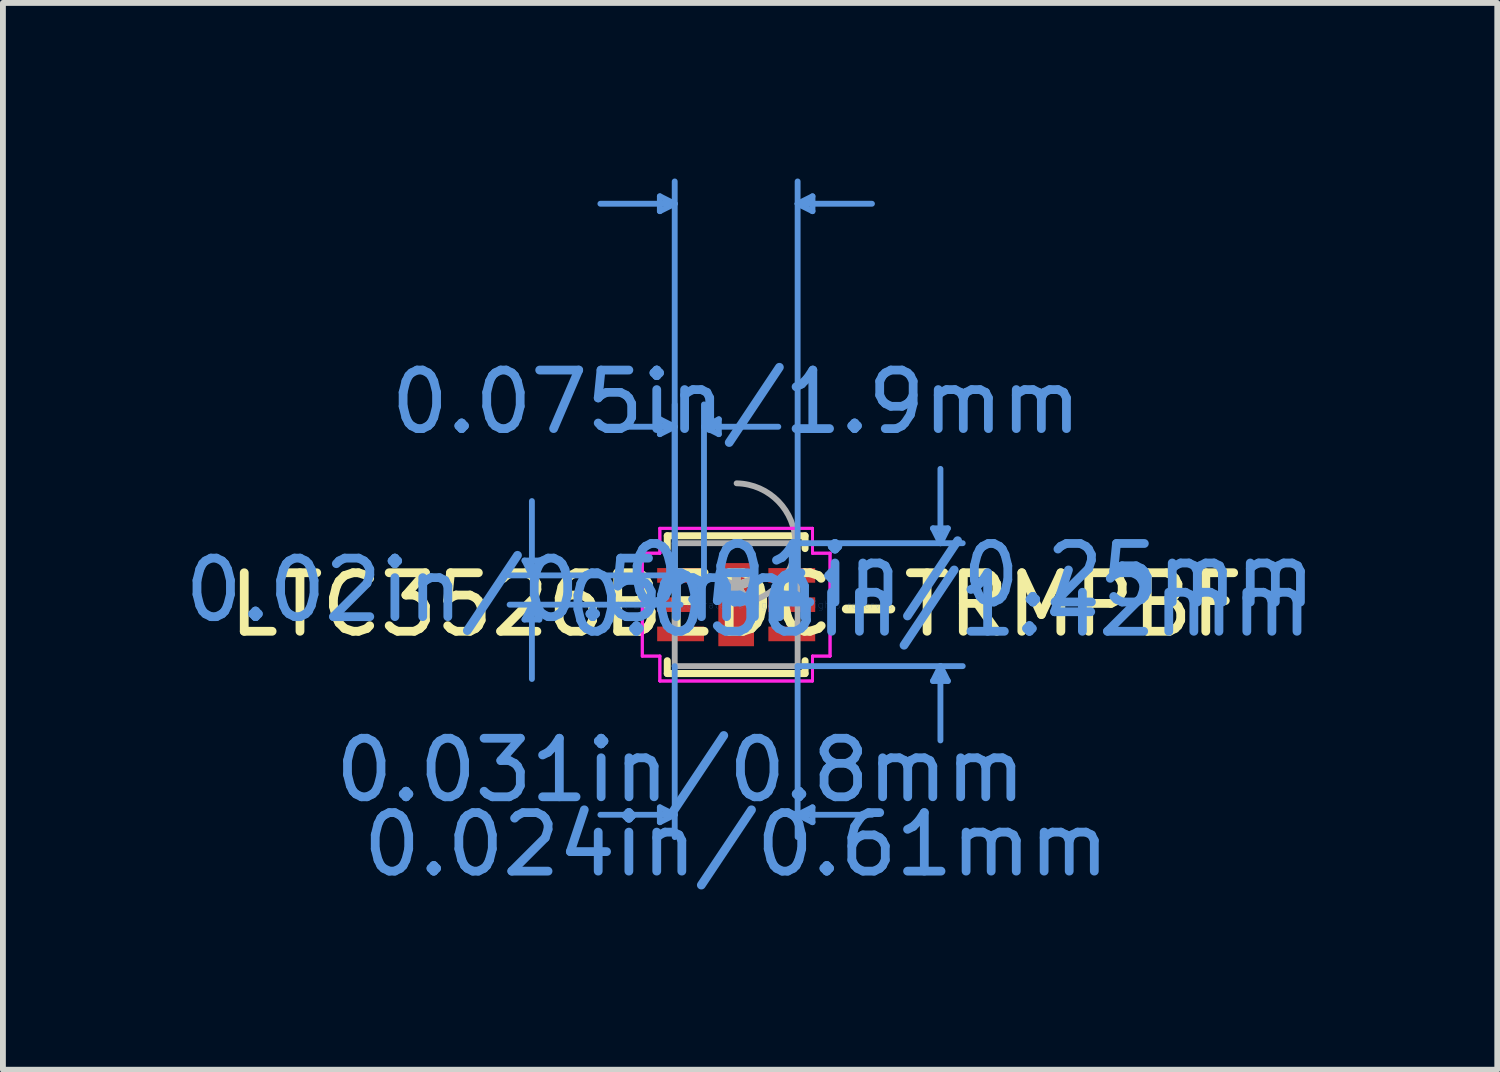
<source format=kicad_pcb>
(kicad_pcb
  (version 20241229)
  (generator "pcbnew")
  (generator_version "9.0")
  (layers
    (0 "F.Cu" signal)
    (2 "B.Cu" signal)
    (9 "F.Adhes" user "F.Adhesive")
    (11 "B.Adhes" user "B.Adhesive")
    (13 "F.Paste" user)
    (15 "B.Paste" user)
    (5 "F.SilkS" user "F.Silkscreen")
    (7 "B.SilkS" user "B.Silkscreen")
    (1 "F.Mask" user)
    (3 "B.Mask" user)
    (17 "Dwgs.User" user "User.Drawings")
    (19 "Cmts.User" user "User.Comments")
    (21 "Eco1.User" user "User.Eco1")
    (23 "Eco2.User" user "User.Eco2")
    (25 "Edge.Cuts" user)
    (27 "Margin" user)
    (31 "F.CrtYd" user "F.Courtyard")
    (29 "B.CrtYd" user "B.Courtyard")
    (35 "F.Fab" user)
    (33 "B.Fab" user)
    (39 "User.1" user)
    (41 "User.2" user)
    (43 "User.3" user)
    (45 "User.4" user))
  (footprint "LTC3526BEDC-TRMPBF"
    (layer "F.Cu")
    (at 9.528 7.281)
    (property "Reference" "LTC3526BEDC-TRMPBF" (at 0 0 0) (layer "F.SilkS") (effects (font (size 1 1) (thickness 0.15))))
    (attr through_hole)
    (fp_line (start -1.177 -1.177) (end -1.177 -0.958) (stroke (width 0.12) (type solid)) (layer "F.SilkS"))
    (fp_line (start -1.177 0.958) (end -1.177 1.177) (stroke (width 0.12) (type solid)) (layer "F.SilkS"))
    (fp_line (start -1.177 1.177) (end 1.177 1.177) (stroke (width 0.12) (type solid)) (layer "F.SilkS"))
    (fp_line (start 1.177 -1.177) (end -1.177 -1.177) (stroke (width 0.12) (type solid)) (layer "F.SilkS"))
    (fp_line (start 1.177 -0.958) (end 1.177 -1.177) (stroke (width 0.12) (type solid)) (layer "F.SilkS"))
    (fp_line (start 1.177 1.177) (end 1.177 0.958) (stroke (width 0.12) (type solid)) (layer "F.SilkS"))
    (fp_line (start -3.617 -0.754) (end -3.363 -0.754) (stroke (width 0.1) (type solid)) (layer "Cmts.User"))
    (fp_line (start -3.617 0.254) (end -3.363 0.254) (stroke (width 0.1) (type solid)) (layer "Cmts.User"))
    (fp_line (start -3.49 -0.5) (end -3.617 -0.754) (stroke (width 0.1) (type solid)) (layer "Cmts.User"))
    (fp_line (start -3.49 -0.5) (end -3.49 -1.77) (stroke (width 0.1) (type solid)) (layer "Cmts.User"))
    (fp_line (start -3.49 -0.5) (end -3.363 -0.754) (stroke (width 0.1) (type solid)) (layer "Cmts.User"))
    (fp_line (start -3.49 0) (end -3.617 0.254) (stroke (width 0.1) (type solid)) (layer "Cmts.User"))
    (fp_line (start -3.49 0) (end -3.49 1.27) (stroke (width 0.1) (type solid)) (layer "Cmts.User"))
    (fp_line (start -3.49 0) (end -3.363 0.254) (stroke (width 0.1) (type solid)) (layer "Cmts.User"))
    (fp_line (start -1.304 -6.977) (end -1.304 -6.723) (stroke (width 0.1) (type solid)) (layer "Cmts.User"))
    (fp_line (start -1.304 -3.167) (end -1.304 -2.913) (stroke (width 0.1) (type solid)) (layer "Cmts.User"))
    (fp_line (start -1.304 3.463) (end -1.304 3.717) (stroke (width 0.1) (type solid)) (layer "Cmts.User"))
    (fp_line (start -1.05 -6.85) (end -2.32 -6.85) (stroke (width 0.1) (type solid)) (layer "Cmts.User"))
    (fp_line (start -1.05 -6.85) (end -1.304 -6.977) (stroke (width 0.1) (type solid)) (layer "Cmts.User"))
    (fp_line (start -1.05 -6.85) (end -1.304 -6.723) (stroke (width 0.1) (type solid)) (layer "Cmts.User"))
    (fp_line (start -1.05 -3.04) (end -2.32 -3.04) (stroke (width 0.1) (type solid)) (layer "Cmts.User"))
    (fp_line (start -1.05 -3.04) (end -1.304 -3.167) (stroke (width 0.1) (type solid)) (layer "Cmts.User"))
    (fp_line (start -1.05 -3.04) (end -1.304 -2.913) (stroke (width 0.1) (type solid)) (layer "Cmts.User"))
    (fp_line (start -1.05 -0.5) (end -1.05 -7.231) (stroke (width 0.1) (type solid)) (layer "Cmts.User"))
    (fp_line (start -1.05 -0.5) (end -1.05 -3.421) (stroke (width 0.1) (type solid)) (layer "Cmts.User"))
    (fp_line (start -1.05 1.05) (end -1.05 3.971) (stroke (width 0.1) (type solid)) (layer "Cmts.User"))
    (fp_line (start -1.05 3.59) (end -2.32 3.59) (stroke (width 0.1) (type solid)) (layer "Cmts.User"))
    (fp_line (start -1.05 3.59) (end -1.304 3.463) (stroke (width 0.1) (type solid)) (layer "Cmts.User"))
    (fp_line (start -1.05 3.59) (end -1.304 3.717) (stroke (width 0.1) (type solid)) (layer "Cmts.User"))
    (fp_line (start -0.95 -0.5) (end -3.871 -0.5) (stroke (width 0.1) (type solid)) (layer "Cmts.User"))
    (fp_line (start -0.95 0) (end -3.871 0) (stroke (width 0.1) (type solid)) (layer "Cmts.User"))
    (fp_line (start -0.55 -3.04) (end -0.296 -3.167) (stroke (width 0.1) (type solid)) (layer "Cmts.User"))
    (fp_line (start -0.55 -3.04) (end -0.296 -2.913) (stroke (width 0.1) (type solid)) (layer "Cmts.User"))
    (fp_line (start -0.55 -3.04) (end 0.72 -3.04) (stroke (width 0.1) (type solid)) (layer "Cmts.User"))
    (fp_line (start -0.55 -0.5) (end -0.55 -3.421) (stroke (width 0.1) (type solid)) (layer "Cmts.User"))
    (fp_line (start -0.296 -3.167) (end -0.296 -2.913) (stroke (width 0.1) (type solid)) (layer "Cmts.User"))
    (fp_line (start 1.05 -6.85) (end 1.304 -6.977) (stroke (width 0.1) (type solid)) (layer "Cmts.User"))
    (fp_line (start 1.05 -6.85) (end 1.304 -6.723) (stroke (width 0.1) (type solid)) (layer "Cmts.User"))
    (fp_line (start 1.05 -6.85) (end 2.32 -6.85) (stroke (width 0.1) (type solid)) (layer "Cmts.User"))
    (fp_line (start 1.05 -1.05) (end 3.871 -1.05) (stroke (width 0.1) (type solid)) (layer "Cmts.User"))
    (fp_line (start 1.05 -0.5) (end 1.05 -7.231) (stroke (width 0.1) (type solid)) (layer "Cmts.User"))
    (fp_line (start 1.05 1.05) (end 1.05 3.971) (stroke (width 0.1) (type solid)) (layer "Cmts.User"))
    (fp_line (start 1.05 1.05) (end 3.871 1.05) (stroke (width 0.1) (type solid)) (layer "Cmts.User"))
    (fp_line (start 1.05 3.59) (end 1.304 3.463) (stroke (width 0.1) (type solid)) (layer "Cmts.User"))
    (fp_line (start 1.05 3.59) (end 1.304 3.717) (stroke (width 0.1) (type solid)) (layer "Cmts.User"))
    (fp_line (start 1.05 3.59) (end 2.32 3.59) (stroke (width 0.1) (type solid)) (layer "Cmts.User"))
    (fp_line (start 1.304 -6.977) (end 1.304 -6.723) (stroke (width 0.1) (type solid)) (layer "Cmts.User"))
    (fp_line (start 1.304 3.463) (end 1.304 3.717) (stroke (width 0.1) (type solid)) (layer "Cmts.User"))
    (fp_line (start 3.363 -1.304) (end 3.617 -1.304) (stroke (width 0.1) (type solid)) (layer "Cmts.User"))
    (fp_line (start 3.363 1.304) (end 3.617 1.304) (stroke (width 0.1) (type solid)) (layer "Cmts.User"))
    (fp_line (start 3.49 -1.05) (end 3.363 -1.304) (stroke (width 0.1) (type solid)) (layer "Cmts.User"))
    (fp_line (start 3.49 -1.05) (end 3.49 -2.32) (stroke (width 0.1) (type solid)) (layer "Cmts.User"))
    (fp_line (start 3.49 -1.05) (end 3.617 -1.304) (stroke (width 0.1) (type solid)) (layer "Cmts.User"))
    (fp_line (start 3.49 1.05) (end 3.363 1.304) (stroke (width 0.1) (type solid)) (layer "Cmts.User"))
    (fp_line (start 3.49 1.05) (end 3.49 2.32) (stroke (width 0.1) (type solid)) (layer "Cmts.User"))
    (fp_line (start 3.49 1.05) (end 3.617 1.304) (stroke (width 0.1) (type solid)) (layer "Cmts.User"))
    (fp_line (start -1.604 -0.879) (end -1.304 -0.879) (stroke (width 0.05) (type solid)) (layer "F.CrtYd"))
    (fp_line (start -1.604 -0.879) (end -1.304 -0.879) (stroke (width 0.05) (type solid)) (layer "F.CrtYd"))
    (fp_line (start -1.604 0.879) (end -1.604 -0.879) (stroke (width 0.05) (type solid)) (layer "F.CrtYd"))
    (fp_line (start -1.604 0.879) (end -1.604 -0.879) (stroke (width 0.05) (type solid)) (layer "F.CrtYd"))
    (fp_line (start -1.604 0.879) (end -1.304 0.879) (stroke (width 0.05) (type solid)) (layer "F.CrtYd"))
    (fp_line (start -1.304 -1.304) (end 1.304 -1.304) (stroke (width 0.05) (type solid)) (layer "F.CrtYd"))
    (fp_line (start -1.304 -1.304) (end 1.304 -1.304) (stroke (width 0.05) (type solid)) (layer "F.CrtYd"))
    (fp_line (start -1.304 -0.879) (end -1.304 -1.304) (stroke (width 0.05) (type solid)) (layer "F.CrtYd"))
    (fp_line (start -1.304 -0.879) (end -1.304 -1.304) (stroke (width 0.05) (type solid)) (layer "F.CrtYd"))
    (fp_line (start -1.304 0.879) (end -1.604 0.879) (stroke (width 0.05) (type solid)) (layer "F.CrtYd"))
    (fp_line (start -1.304 1.304) (end -1.304 0.879) (stroke (width 0.05) (type solid)) (layer "F.CrtYd"))
    (fp_line (start -1.304 1.304) (end -1.304 0.879) (stroke (width 0.05) (type solid)) (layer "F.CrtYd"))
    (fp_line (start 1.304 -1.304) (end 1.304 -0.879) (stroke (width 0.05) (type solid)) (layer "F.CrtYd"))
    (fp_line (start 1.304 -1.304) (end 1.304 -0.879) (stroke (width 0.05) (type solid)) (layer "F.CrtYd"))
    (fp_line (start 1.304 -0.879) (end 1.604 -0.879) (stroke (width 0.05) (type solid)) (layer "F.CrtYd"))
    (fp_line (start 1.304 0.879) (end 1.304 1.304) (stroke (width 0.05) (type solid)) (layer "F.CrtYd"))
    (fp_line (start 1.304 0.879) (end 1.304 1.304) (stroke (width 0.05) (type solid)) (layer "F.CrtYd"))
    (fp_line (start 1.304 1.304) (end -1.304 1.304) (stroke (width 0.05) (type solid)) (layer "F.CrtYd"))
    (fp_line (start 1.304 1.304) (end -1.304 1.304) (stroke (width 0.05) (type solid)) (layer "F.CrtYd"))
    (fp_line (start 1.604 -0.879) (end 1.304 -0.879) (stroke (width 0.05) (type solid)) (layer "F.CrtYd"))
    (fp_line (start 1.604 -0.879) (end 1.604 0.879) (stroke (width 0.05) (type solid)) (layer "F.CrtYd"))
    (fp_line (start 1.604 -0.879) (end 1.604 0.879) (stroke (width 0.05) (type solid)) (layer "F.CrtYd"))
    (fp_line (start 1.604 0.879) (end 1.304 0.879) (stroke (width 0.05) (type solid)) (layer "F.CrtYd"))
    (fp_line (start 1.604 0.879) (end 1.304 0.879) (stroke (width 0.05) (type solid)) (layer "F.CrtYd"))
    (fp_line (start -1.05 -1.05) (end -1.05 1.05) (stroke (width 0.1) (type solid)) (layer "F.Fab"))
    (fp_line (start -1.05 1.05) (end 1.05 1.05) (stroke (width 0.1) (type solid)) (layer "F.Fab"))
    (fp_line (start 1.05 -1.05) (end -1.05 -1.05) (stroke (width 0.1) (type solid)) (layer "F.Fab"))
    (fp_line (start 1.05 1.05) (end 1.05 -1.05) (stroke (width 0.1) (type solid)) (layer "F.Fab"))
    (fp_arc (start 0.007742 -2.07333) (mid 1.02333 -1.042258) (end -0.007742 -0.02667) (stroke (width 0.1) (type solid)) (layer "F.Fab"))
    (fp_text user "*" (at 0 0 0) (layer "F.SilkS") (effects (font (size 1 1) (thickness 0.15))))
    (fp_text user "0.031in/0.8mm" (at -0.95 2.828 0) (layer "Cmts.User") (effects (font (size 1 1) (thickness 0.15))))
    (fp_text user "Copyright 2021 Accelerated Designs. All rights reserved." (at 0 0 0) (layer "Cmts.User") (effects (font (size 0.127 0.127) (thickness 0.002))))
    (fp_text user "0.075in/1.9mm" (at 0 -3.463 0) (layer "Cmts.User") (effects (font (size 1 1) (thickness 0.15))))
    (fp_text user "0.024in/0.61mm" (at 0 4.098 0) (layer "Cmts.User") (effects (font (size 1 1) (thickness 0.15))))
    (fp_text user "0.02in/0.5mm" (at -3.998 -0.25 0) (layer "Cmts.User") (effects (font (size 1 1) (thickness 0.15))))
    (fp_text user "0.056in/1.42mm" (at 3.463 0 0) (layer "Cmts.User") (effects (font (size 1 1) (thickness 0.15))))
    (fp_text user "0.01in/0.25mm" (at 3.998 -0.5 0) (layer "Cmts.User") (effects (font (size 1 1) (thickness 0.15))))
    (fp_text user "*" (at 0 0 0) (layer "F.Fab") (effects (font (size 1 1) (thickness 0.15))))
    (pad "1" smd rect (at -0.95 -0.5) (size 0.8 0.25) (layers "F.Cu" "F.Mask" "F.Paste"))
    (pad "2" smd rect (at -0.95 0) (size 0.8 0.25) (layers "F.Cu" "F.Mask" "F.Paste"))
    (pad "3" smd rect (at -0.95 0.5) (size 0.8 0.25) (layers "F.Cu" "F.Mask" "F.Paste"))
    (pad "4" smd rect (at 0.95 0.5) (size 0.8 0.25) (layers "F.Cu" "F.Mask" "F.Paste"))
    (pad "5" smd rect (at 0.95 0) (size 0.8 0.25) (layers "F.Cu" "F.Mask" "F.Paste"))
    (pad "6" smd rect (at 0.95 -0.5) (size 0.8 0.25) (layers "F.Cu" "F.Mask" "F.Paste"))
    (pad "7" smd rect (at 0 0) (size 0.61 1.42) (layers "F.Cu" "F.Mask" "F.Paste")))
  (gr_rect
    (start -3 -3)
    (end 22.532 15.227)
    (stroke (width 0.1) (type default))
    (fill no)
    (layer "Edge.Cuts")))
</source>
